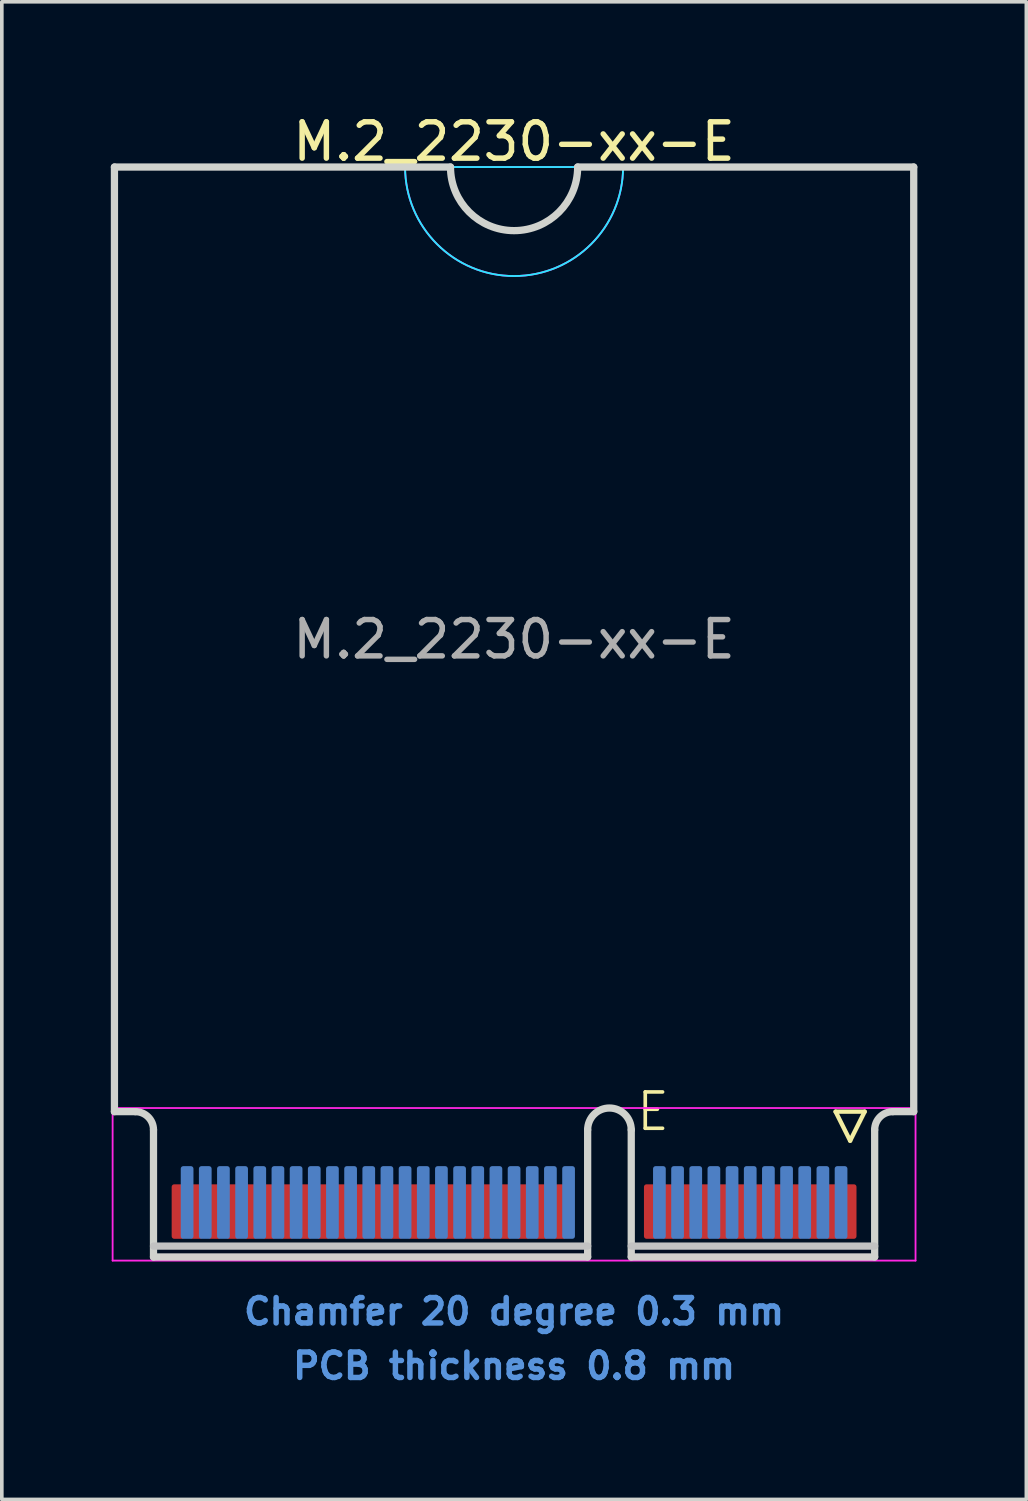
<source format=kicad_pcb>
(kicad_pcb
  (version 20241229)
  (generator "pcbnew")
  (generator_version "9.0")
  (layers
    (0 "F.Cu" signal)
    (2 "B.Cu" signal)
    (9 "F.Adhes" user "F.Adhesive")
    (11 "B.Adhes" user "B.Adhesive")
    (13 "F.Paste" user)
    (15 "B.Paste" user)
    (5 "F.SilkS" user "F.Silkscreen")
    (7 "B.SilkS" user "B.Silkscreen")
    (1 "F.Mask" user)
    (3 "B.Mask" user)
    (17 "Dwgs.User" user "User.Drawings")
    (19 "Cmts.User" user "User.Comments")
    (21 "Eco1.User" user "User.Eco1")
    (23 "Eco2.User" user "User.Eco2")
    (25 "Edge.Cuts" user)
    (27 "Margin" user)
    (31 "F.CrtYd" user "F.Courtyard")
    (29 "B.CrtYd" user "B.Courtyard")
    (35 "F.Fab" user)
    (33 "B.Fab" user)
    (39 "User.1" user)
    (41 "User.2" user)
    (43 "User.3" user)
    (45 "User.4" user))
  (footprint "M.2_2230-xx-E"
    (layer "F.Cu")
    (at 11.1 27.548)
    (property "Reference" "M.2_2230-xx-E" (at 0 -26.7 0) (layer "F.SilkS") (effects (font (size 1 1) (thickness 0.15))))
    (attr exclude_from_pos_files exclude_from_bom)
    (fp_line (start 8.85 0) (end 9.65 0) (stroke (width 0.12) (type solid)) (layer "F.SilkS"))
    (fp_line (start 9.25 0.8) (end 8.85 0) (stroke (width 0.12) (type solid)) (layer "F.SilkS"))
    (fp_line (start 9.65 0) (end 9.25 0.8) (stroke (width 0.12) (type solid)) (layer "F.SilkS"))
    (fp_line (start -9.925 3.7) (end 2.025 3.7) (stroke (width 0.2) (type solid)) (layer "Dwgs.User"))
    (fp_line (start 9.925 3.7) (end 3.225 3.7) (stroke (width 0.2) (type solid)) (layer "Dwgs.User"))
    (fp_line (start -11 -26) (end -11 0) (stroke (width 0.2) (type solid)) (layer "Edge.Cuts"))
    (fp_line (start -11 0) (end -10.425 0) (stroke (width 0.2) (type solid)) (layer "Edge.Cuts"))
    (fp_line (start -9.925 0.5) (end -9.925 4) (stroke (width 0.2) (type solid)) (layer "Edge.Cuts"))
    (fp_line (start -9.925 4) (end 2.025 4) (stroke (width 0.2) (type solid)) (layer "Edge.Cuts"))
    (fp_line (start -1.75 -26) (end -11 -26) (stroke (width 0.2) (type solid)) (layer "Edge.Cuts"))
    (fp_line (start 2.025 4) (end 2.025 0.5) (stroke (width 0.2) (type solid)) (layer "Edge.Cuts"))
    (fp_line (start 3.225 0.5) (end 3.225 4) (stroke (width 0.2) (type solid)) (layer "Edge.Cuts"))
    (fp_line (start 3.225 4) (end 9.925 4) (stroke (width 0.2) (type solid)) (layer "Edge.Cuts"))
    (fp_line (start 9.925 4) (end 9.925 0.5) (stroke (width 0.2) (type solid)) (layer "Edge.Cuts"))
    (fp_line (start 10.425 0) (end 11 0) (stroke (width 0.2) (type solid)) (layer "Edge.Cuts"))
    (fp_line (start 11 -26) (end 1.75 -26) (stroke (width 0.2) (type solid)) (layer "Edge.Cuts"))
    (fp_line (start 11 0) (end 11 -26) (stroke (width 0.2) (type solid)) (layer "Edge.Cuts"))
    (fp_arc (start -10.425 0) (mid -10.071447 0.146447) (end -9.925 0.5) (stroke (width 0.2) (type solid)) (layer "Edge.Cuts"))
    (fp_arc (start 1.75 -26) (mid 0 -24.25) (end -1.75 -26) (stroke (width 0.2) (type solid)) (layer "Edge.Cuts"))
    (fp_arc (start 2.025 0.5) (mid 2.625 -0.1) (end 3.225 0.5) (stroke (width 0.2) (type solid)) (layer "Edge.Cuts"))
    (fp_arc (start 9.925 0.5) (mid 10.071447 0.146447) (end 10.425 0) (stroke (width 0.2) (type solid)) (layer "Edge.Cuts"))
    (fp_line (start -3 -26) (end 3 -26) (stroke (width 0.05) (type solid)) (layer "B.CrtYd"))
    (fp_arc (start 3 -26) (mid 0 -23) (end -3 -26) (stroke (width 0.05) (type solid)) (layer "B.CrtYd"))
    (fp_line (start -11.05 -0.1) (end -11.05 4.1) (stroke (width 0.05) (type solid)) (layer "F.CrtYd"))
    (fp_line (start -11.05 4.1) (end 11.05 4.1) (stroke (width 0.05) (type solid)) (layer "F.CrtYd"))
    (fp_line (start -3 -26) (end 3 -26) (stroke (width 0.05) (type solid)) (layer "F.CrtYd"))
    (fp_line (start 11.05 -0.1) (end -11.05 -0.1) (stroke (width 0.05) (type solid)) (layer "F.CrtYd"))
    (fp_line (start 11.05 4.1) (end 11.05 -0.1) (stroke (width 0.05) (type solid)) (layer "F.CrtYd"))
    (fp_arc (start 3 -26) (mid 0 -23) (end -3 -26) (stroke (width 0.05) (type solid)) (layer "F.CrtYd"))
    (fp_text user "E" (at 3.825 0 0) (layer "F.SilkS") (effects (font (size 1 1) (thickness 0.1))))
    (fp_text user "PCB thickness 0.8 mm" (at 0 7 0) (layer "Cmts.User") (effects (font (size 0.7 0.7) (thickness 0.15))))
    (fp_text user "Chamfer 20 degree 0.3 mm" (at 0 5.5 0) (layer "Cmts.User") (effects (font (size 0.7 0.7) (thickness 0.15))))
    (fp_text user "${REFERENCE}" (at 0 -13 0) (layer "F.Fab") (effects (font (size 1 1) (thickness 0.15))))
    (pad "1" connect roundrect (at 9.25 2.75) (size 0.35 1.5) (layers "F.Cu" "F.Mask") (roundrect_rratio 0.2))
    (pad "2" connect roundrect (at 9 2.5) (size 0.35 2) (layers "B.Cu" "B.Mask") (roundrect_rratio 0.2))
    (pad "3" connect roundrect (at 8.75 2.75) (size 0.35 1.5) (layers "F.Cu" "F.Mask") (roundrect_rratio 0.2))
    (pad "4" connect roundrect (at 8.5 2.5) (size 0.35 2) (layers "B.Cu" "B.Mask") (roundrect_rratio 0.2))
    (pad "5" connect roundrect (at 8.25 2.75) (size 0.35 1.5) (layers "F.Cu" "F.Mask") (roundrect_rratio 0.2))
    (pad "6" connect roundrect (at 8 2.5) (size 0.35 2) (layers "B.Cu" "B.Mask") (roundrect_rratio 0.2))
    (pad "7" connect roundrect (at 7.75 2.75) (size 0.35 1.5) (layers "F.Cu" "F.Mask") (roundrect_rratio 0.2))
    (pad "8" connect roundrect (at 7.5 2.5) (size 0.35 2) (layers "B.Cu" "B.Mask") (roundrect_rratio 0.2))
    (pad "9" connect roundrect (at 7.25 2.75) (size 0.35 1.5) (layers "F.Cu" "F.Mask") (roundrect_rratio 0.2))
    (pad "10" connect roundrect (at 7 2.5) (size 0.35 2) (layers "B.Cu" "B.Mask") (roundrect_rratio 0.2))
    (pad "11" connect roundrect (at 6.75 2.75) (size 0.35 1.5) (layers "F.Cu" "F.Mask") (roundrect_rratio 0.2))
    (pad "12" connect roundrect (at 6.5 2.5) (size 0.35 2) (layers "B.Cu" "B.Mask") (roundrect_rratio 0.2))
    (pad "13" connect roundrect (at 6.25 2.75) (size 0.35 1.5) (layers "F.Cu" "F.Mask") (roundrect_rratio 0.2))
    (pad "14" connect roundrect (at 6 2.5) (size 0.35 2) (layers "B.Cu" "B.Mask") (roundrect_rratio 0.2))
    (pad "15" connect roundrect (at 5.75 2.75) (size 0.35 1.5) (layers "F.Cu" "F.Mask") (roundrect_rratio 0.2))
    (pad "16" connect roundrect (at 5.5 2.5) (size 0.35 2) (layers "B.Cu" "B.Mask") (roundrect_rratio 0.2))
    (pad "17" connect roundrect (at 5.25 2.75) (size 0.35 1.5) (layers "F.Cu" "F.Mask") (roundrect_rratio 0.2))
    (pad "18" connect roundrect (at 5 2.5) (size 0.35 2) (layers "B.Cu" "B.Mask") (roundrect_rratio 0.2))
    (pad "19" connect roundrect (at 4.75 2.75) (size 0.35 1.5) (layers "F.Cu" "F.Mask") (roundrect_rratio 0.2))
    (pad "20" connect roundrect (at 4.5 2.5) (size 0.35 2) (layers "B.Cu" "B.Mask") (roundrect_rratio 0.2))
    (pad "21" connect roundrect (at 4.25 2.75) (size 0.35 1.5) (layers "F.Cu" "F.Mask") (roundrect_rratio 0.2))
    (pad "22" connect roundrect (at 4 2.5) (size 0.35 2) (layers "B.Cu" "B.Mask") (roundrect_rratio 0.2))
    (pad "23" connect roundrect (at 3.75 2.75) (size 0.35 1.5) (layers "F.Cu" "F.Mask") (roundrect_rratio 0.2))
    (pad "32" connect roundrect (at 1.5 2.5) (size 0.35 2) (layers "B.Cu" "B.Mask") (roundrect_rratio 0.2))
    (pad "33" connect roundrect (at 1.25 2.75) (size 0.35 1.5) (layers "F.Cu" "F.Mask") (roundrect_rratio 0.2))
    (pad "34" connect roundrect (at 1 2.5) (size 0.35 2) (layers "B.Cu" "B.Mask") (roundrect_rratio 0.2))
    (pad "35" connect roundrect (at 0.75 2.75) (size 0.35 1.5) (layers "F.Cu" "F.Mask") (roundrect_rratio 0.2))
    (pad "36" connect roundrect (at 0.5 2.5) (size 0.35 2) (layers "B.Cu" "B.Mask") (roundrect_rratio 0.2))
    (pad "37" connect roundrect (at 0.25 2.75) (size 0.35 1.5) (layers "F.Cu" "F.Mask") (roundrect_rratio 0.2))
    (pad "38" connect roundrect (at 0 2.5) (size 0.35 2) (layers "B.Cu" "B.Mask") (roundrect_rratio 0.2))
    (pad "39" connect roundrect (at -0.25 2.75) (size 0.35 1.5) (layers "F.Cu" "F.Mask") (roundrect_rratio 0.2))
    (pad "40" connect roundrect (at -0.5 2.5) (size 0.35 2) (layers "B.Cu" "B.Mask") (roundrect_rratio 0.2))
    (pad "41" connect roundrect (at -0.75 2.75) (size 0.35 1.5) (layers "F.Cu" "F.Mask") (roundrect_rratio 0.2))
    (pad "42" connect roundrect (at -1 2.5) (size 0.35 2) (layers "B.Cu" "B.Mask") (roundrect_rratio 0.2))
    (pad "43" connect roundrect (at -1.25 2.75) (size 0.35 1.5) (layers "F.Cu" "F.Mask") (roundrect_rratio 0.2))
    (pad "44" connect roundrect (at -1.5 2.5) (size 0.35 2) (layers "B.Cu" "B.Mask") (roundrect_rratio 0.2))
    (pad "45" connect roundrect (at -1.75 2.75) (size 0.35 1.5) (layers "F.Cu" "F.Mask") (roundrect_rratio 0.2))
    (pad "46" connect roundrect (at -2 2.5) (size 0.35 2) (layers "B.Cu" "B.Mask") (roundrect_rratio 0.2))
    (pad "47" connect roundrect (at -2.25 2.75) (size 0.35 1.5) (layers "F.Cu" "F.Mask") (roundrect_rratio 0.2))
    (pad "48" connect roundrect (at -2.5 2.5) (size 0.35 2) (layers "B.Cu" "B.Mask") (roundrect_rratio 0.2))
    (pad "49" connect roundrect (at -2.75 2.75) (size 0.35 1.5) (layers "F.Cu" "F.Mask") (roundrect_rratio 0.2))
    (pad "50" connect roundrect (at -3 2.5) (size 0.35 2) (layers "B.Cu" "B.Mask") (roundrect_rratio 0.2))
    (pad "51" connect roundrect (at -3.25 2.75) (size 0.35 1.5) (layers "F.Cu" "F.Mask") (roundrect_rratio 0.2))
    (pad "52" connect roundrect (at -3.5 2.5) (size 0.35 2) (layers "B.Cu" "B.Mask") (roundrect_rratio 0.2))
    (pad "53" connect roundrect (at -3.75 2.75) (size 0.35 1.5) (layers "F.Cu" "F.Mask") (roundrect_rratio 0.2))
    (pad "54" connect roundrect (at -4 2.5) (size 0.35 2) (layers "B.Cu" "B.Mask") (roundrect_rratio 0.2))
    (pad "55" connect roundrect (at -4.25 2.75) (size 0.35 1.5) (layers "F.Cu" "F.Mask") (roundrect_rratio 0.2))
    (pad "56" connect roundrect (at -4.5 2.5) (size 0.35 2) (layers "B.Cu" "B.Mask") (roundrect_rratio 0.2))
    (pad "57" connect roundrect (at -4.75 2.75) (size 0.35 1.5) (layers "F.Cu" "F.Mask") (roundrect_rratio 0.2))
    (pad "58" connect roundrect (at -5 2.5) (size 0.35 2) (layers "B.Cu" "B.Mask") (roundrect_rratio 0.2))
    (pad "59" connect roundrect (at -5.25 2.75) (size 0.35 1.5) (layers "F.Cu" "F.Mask") (roundrect_rratio 0.2))
    (pad "60" connect roundrect (at -5.5 2.5) (size 0.35 2) (layers "B.Cu" "B.Mask") (roundrect_rratio 0.2))
    (pad "61" connect roundrect (at -5.75 2.75) (size 0.35 1.5) (layers "F.Cu" "F.Mask") (roundrect_rratio 0.2))
    (pad "62" connect roundrect (at -6 2.5) (size 0.35 2) (layers "B.Cu" "B.Mask") (roundrect_rratio 0.2))
    (pad "63" connect roundrect (at -6.25 2.75) (size 0.35 1.5) (layers "F.Cu" "F.Mask") (roundrect_rratio 0.2))
    (pad "64" connect roundrect (at -6.5 2.5) (size 0.35 2) (layers "B.Cu" "B.Mask") (roundrect_rratio 0.2))
    (pad "65" connect roundrect (at -6.75 2.75) (size 0.35 1.5) (layers "F.Cu" "F.Mask") (roundrect_rratio 0.2))
    (pad "66" connect roundrect (at -7 2.5) (size 0.35 2) (layers "B.Cu" "B.Mask") (roundrect_rratio 0.2))
    (pad "67" connect roundrect (at -7.25 2.75) (size 0.35 1.5) (layers "F.Cu" "F.Mask") (roundrect_rratio 0.2))
    (pad "68" connect roundrect (at -7.5 2.5) (size 0.35 2) (layers "B.Cu" "B.Mask") (roundrect_rratio 0.2))
    (pad "69" connect roundrect (at -7.75 2.75) (size 0.35 1.5) (layers "F.Cu" "F.Mask") (roundrect_rratio 0.2))
    (pad "70" connect roundrect (at -8 2.5) (size 0.35 2) (layers "B.Cu" "B.Mask") (roundrect_rratio 0.2))
    (pad "71" connect roundrect (at -8.25 2.75) (size 0.35 1.5) (layers "F.Cu" "F.Mask") (roundrect_rratio 0.2))
    (pad "72" connect roundrect (at -8.5 2.5) (size 0.35 2) (layers "B.Cu" "B.Mask") (roundrect_rratio 0.2))
    (pad "73" connect roundrect (at -8.75 2.75) (size 0.35 1.5) (layers "F.Cu" "F.Mask") (roundrect_rratio 0.2))
    (pad "74" connect roundrect (at -9 2.5) (size 0.35 2) (layers "B.Cu" "B.Mask") (roundrect_rratio 0.2))
    (pad "75" connect roundrect (at -9.25 2.75) (size 0.35 1.5) (layers "F.Cu" "F.Mask") (roundrect_rratio 0.2)))
  (gr_rect
    (start -3 -3)
    (end 25.2 38.221)
    (stroke (width 0.1) (type default))
    (fill no)
    (layer "Edge.Cuts")))
</source>
